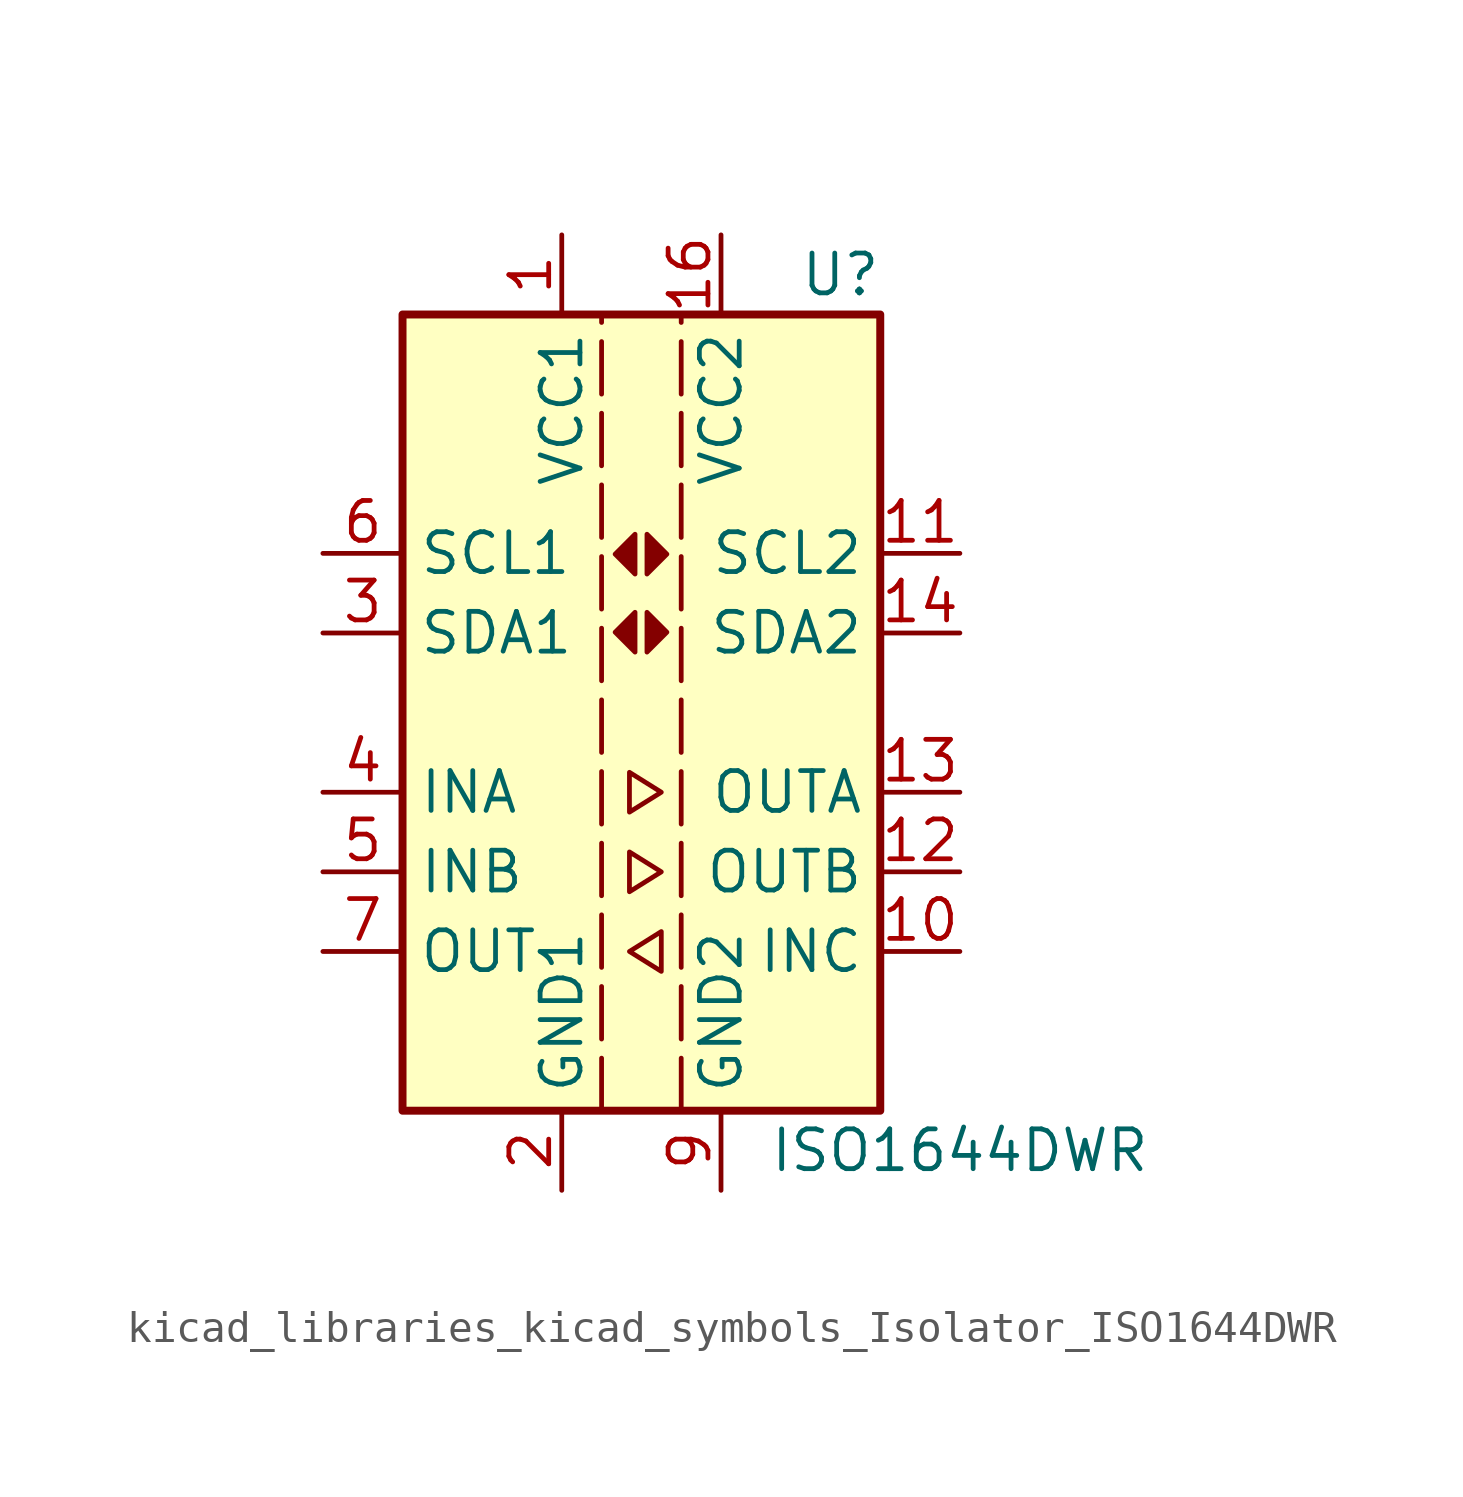
<source format=kicad_sym>
(kicad_symbol_lib
  (version 20220914)
  (generator kicad_symbol_editor)
  (symbol "kicad_libraries_kicad_symbols_Isolator_ISO1644DWR"
    (property "Reference" "U"
      (at 6.35 13.97 0)
      (effects (font (size 1.27 1.27))))
    (property "Value" "ISO1644DWR"
      (at 10.16 -13.97 0)
      (effects (font (size 1.27 1.27))))
    (symbol "kicad_libraries_kicad_symbols_Isolator_ISO1644DWR_1_1"
      (rectangle (start -7.62 12.7) (end 7.62 -12.7) (stroke (width 0.254) (type default)) (fill (type background)))
      (polyline (pts (xy -1.27 -12.7) (xy -1.27 12.7)) (stroke (width 0) (type dash)) (fill (type none)))
      (polyline (pts (xy 1.27 -12.7) (xy 1.27 12.7)) (stroke (width 0) (type dash)) (fill (type none)))
      (polyline (pts (xy -0.381 -4.445) (xy -0.381 -5.715) (xy 0.635 -5.08) (xy -0.381 -4.445)) (stroke (width 0) (type default)) (fill (type none)))
      (polyline (pts (xy -0.381 -1.905) (xy -0.381 -3.175) (xy 0.635 -2.54) (xy -0.381 -1.905)) (stroke (width 0) (type default)) (fill (type none)))
      (polyline (pts (xy -0.203 3.2) (xy -0.203 1.93) (xy -0.838 2.565) (xy -0.203 3.2)) (stroke (width 0) (type default)) (fill (type outline)))
      (polyline (pts (xy -0.203 5.69) (xy -0.203 4.42) (xy -0.838 5.055) (xy -0.203 5.69)) (stroke (width 0) (type default)) (fill (type outline)))
      (polyline (pts (xy 0.178 3.2) (xy 0.178 1.93) (xy 0.813 2.565) (xy 0.178 3.2)) (stroke (width 0) (type default)) (fill (type outline)))
      (polyline (pts (xy 0.178 5.69) (xy 0.178 4.42) (xy 0.813 5.055) (xy 0.178 5.69)) (stroke (width 0) (type default)) (fill (type outline)))
      (polyline (pts (xy 0.635 -6.985) (xy 0.635 -8.255) (xy -0.381 -7.62) (xy 0.635 -6.985)) (stroke (width 0) (type default)) (fill (type none)))
      (pin power_in line (at -2.54 15.24 270) (length 2.54) (name "VCC1" (effects (font (size 1.27 1.27)))) (number "1" (effects (font (size 1.27 1.27)))))
      (pin input line (at 10.16 -7.62 180) (length 2.54) (name "INC" (effects (font (size 1.27 1.27)))) (number "10" (effects (font (size 1.27 1.27)))))
      (pin bidirectional line (at 10.16 5.08 180) (length 2.54) (name "SCL2" (effects (font (size 1.27 1.27)))) (number "11" (effects (font (size 1.27 1.27)))))
      (pin output line (at 10.16 -5.08 180) (length 2.54) (name "OUTB" (effects (font (size 1.27 1.27)))) (number "12" (effects (font (size 1.27 1.27)))))
      (pin output line (at 10.16 -2.54 180) (length 2.54) (name "OUTA" (effects (font (size 1.27 1.27)))) (number "13" (effects (font (size 1.27 1.27)))))
      (pin bidirectional line (at 10.16 2.54 180) (length 2.54) (name "SDA2" (effects (font (size 1.27 1.27)))) (number "14" (effects (font (size 1.27 1.27)))))
      (pin passive line (at 2.54 -15.24 90) (length 2.54) hide (name "GND2" (effects (font (size 1.27 1.27)))) (number "15" (effects (font (size 1.27 1.27)))))
      (pin power_in line (at 2.54 15.24 270) (length 2.54) (name "VCC2" (effects (font (size 1.27 1.27)))) (number "16" (effects (font (size 1.27 1.27)))))
      (pin power_in line (at -2.54 -15.24 90) (length 2.54) (name "GND1" (effects (font (size 1.27 1.27)))) (number "2" (effects (font (size 1.27 1.27)))))
      (pin bidirectional line (at -10.16 2.54 0) (length 2.54) (name "SDA1" (effects (font (size 1.27 1.27)))) (number "3" (effects (font (size 1.27 1.27)))))
      (pin input line (at -10.16 -2.54 0) (length 2.54) (name "INA" (effects (font (size 1.27 1.27)))) (number "4" (effects (font (size 1.27 1.27)))))
      (pin input line (at -10.16 -5.08 0) (length 2.54) (name "INB" (effects (font (size 1.27 1.27)))) (number "5" (effects (font (size 1.27 1.27)))))
      (pin bidirectional line (at -10.16 5.08 0) (length 2.54) (name "SCL1" (effects (font (size 1.27 1.27)))) (number "6" (effects (font (size 1.27 1.27)))))
      (pin output line (at -10.16 -7.62 0) (length 2.54) (name "OUT" (effects (font (size 1.27 1.27)))) (number "7" (effects (font (size 1.27 1.27)))))
      (pin passive line (at -2.54 -15.24 90) (length 2.54) hide (name "GND1" (effects (font (size 1.27 1.27)))) (number "8" (effects (font (size 1.27 1.27)))))
      (pin power_in line (at 2.54 -15.24 90) (length 2.54) (name "GND2" (effects (font (size 1.27 1.27)))) (number "9" (effects (font (size 1.27 1.27))))))))
</source>
